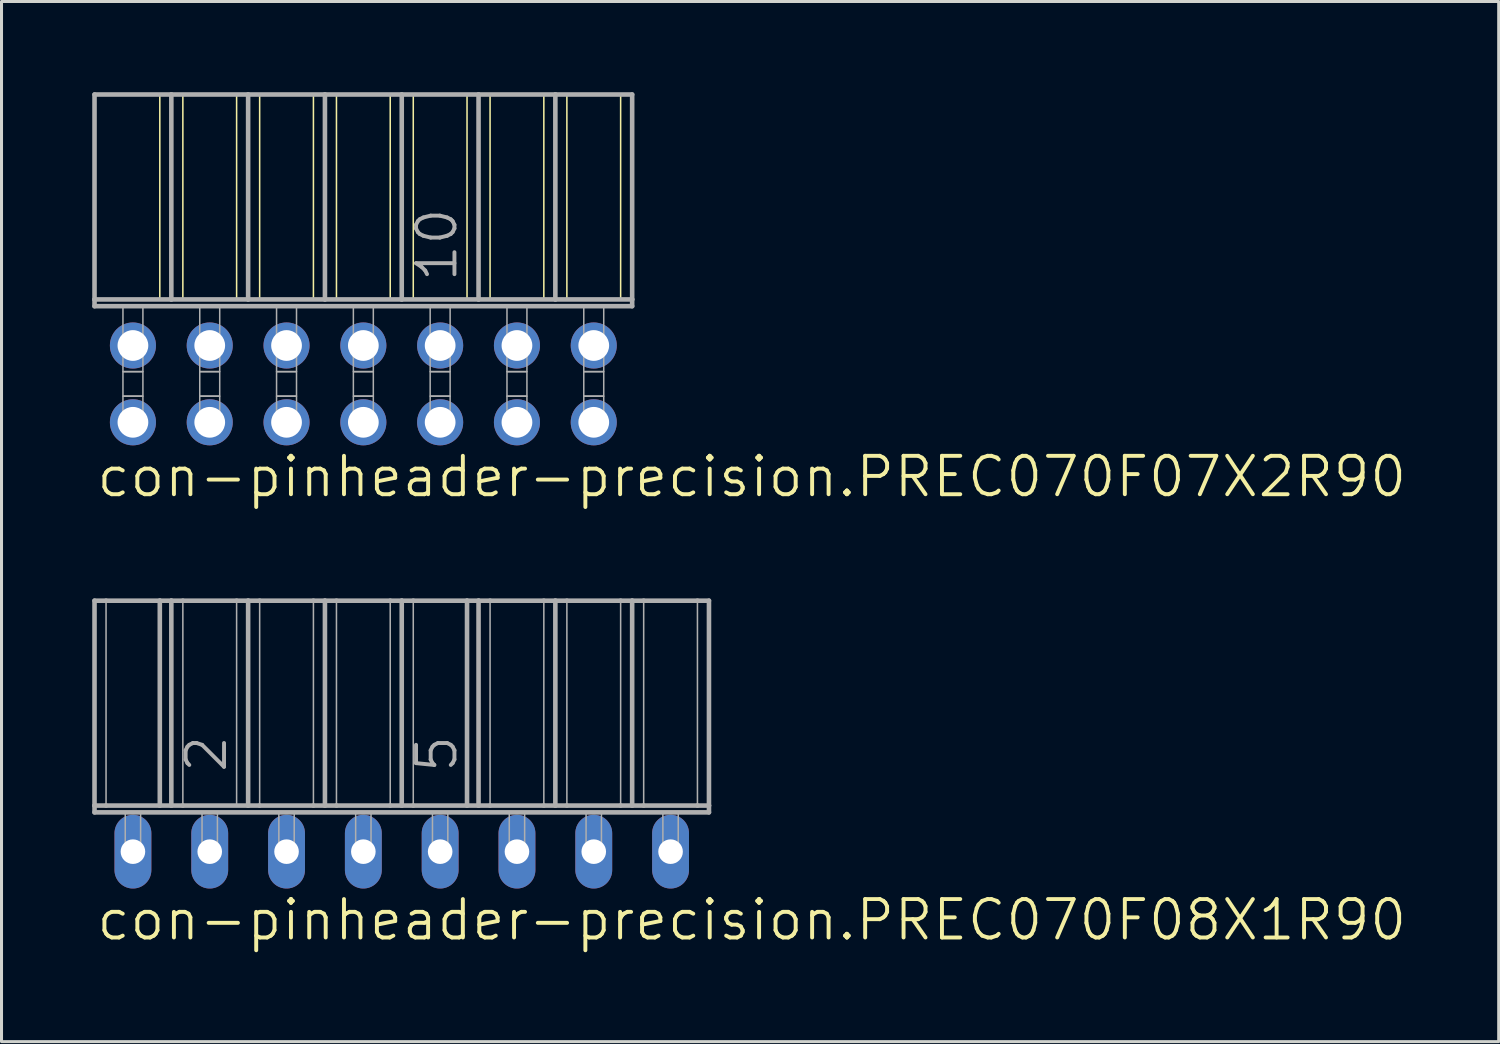
<source format=kicad_pcb>
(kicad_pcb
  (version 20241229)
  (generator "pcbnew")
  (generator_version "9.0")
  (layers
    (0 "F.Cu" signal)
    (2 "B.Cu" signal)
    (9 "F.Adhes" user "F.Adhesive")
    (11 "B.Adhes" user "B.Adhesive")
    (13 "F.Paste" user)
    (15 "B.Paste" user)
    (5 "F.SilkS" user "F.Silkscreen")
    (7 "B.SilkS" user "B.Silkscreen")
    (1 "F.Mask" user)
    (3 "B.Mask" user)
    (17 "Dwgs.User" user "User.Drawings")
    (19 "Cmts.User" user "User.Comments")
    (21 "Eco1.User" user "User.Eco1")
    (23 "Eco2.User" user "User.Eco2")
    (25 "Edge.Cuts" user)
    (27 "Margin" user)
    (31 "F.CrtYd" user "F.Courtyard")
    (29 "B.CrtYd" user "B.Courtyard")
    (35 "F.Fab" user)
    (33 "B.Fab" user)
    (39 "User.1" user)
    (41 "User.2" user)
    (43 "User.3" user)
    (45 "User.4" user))
  (footprint "con-pinheader-precision.PREC070F07X2R90"
    (layer "F.Cu")
    (at 8.966 9.646)
    (property "Reference" "con-pinheader-precision.PREC070F07X2R90" (at -8.89 3.81 0) (layer "F.SilkS") (effects (font (size 1.27 1.27) (thickness 0.13)) (justify left bottom)))
    (attr through_hole)
    (fp_line (start -6.731 -9.57) (end -6.731 -2.794) (stroke (width 0.051) (type default)) (layer "F.SilkS"))
    (fp_line (start -5.969 -9.57) (end -5.969 -2.794) (stroke (width 0.051) (type default)) (layer "F.SilkS"))
    (fp_line (start -4.191 -9.57) (end -4.191 -2.794) (stroke (width 0.051) (type default)) (layer "F.SilkS"))
    (fp_line (start -3.429 -9.57) (end -3.429 -2.794) (stroke (width 0.051) (type default)) (layer "F.SilkS"))
    (fp_line (start -1.651 -9.57) (end -1.651 -2.794) (stroke (width 0.051) (type default)) (layer "F.SilkS"))
    (fp_line (start -0.889 -9.57) (end -0.889 -2.794) (stroke (width 0.051) (type default)) (layer "F.SilkS"))
    (fp_line (start 0.889 -9.57) (end 0.889 -2.794) (stroke (width 0.051) (type default)) (layer "F.SilkS"))
    (fp_line (start 1.651 -9.57) (end 1.651 -2.794) (stroke (width 0.051) (type default)) (layer "F.SilkS"))
    (fp_line (start 3.429 -9.57) (end 3.429 -2.794) (stroke (width 0.051) (type default)) (layer "F.SilkS"))
    (fp_line (start 4.191 -9.57) (end 4.191 -2.794) (stroke (width 0.051) (type default)) (layer "F.SilkS"))
    (fp_line (start 5.969 -9.57) (end 5.969 -2.794) (stroke (width 0.051) (type default)) (layer "F.SilkS"))
    (fp_line (start 6.731 -9.57) (end 6.731 -2.794) (stroke (width 0.051) (type default)) (layer "F.SilkS"))
    (fp_line (start 8.509 -9.57) (end 8.509 -2.794) (stroke (width 0.051) (type default)) (layer "F.SilkS"))
    (fp_line (start -8.89 -9.57) (end -6.35 -9.57) (stroke (width 0.152) (type default)) (layer "F.Fab"))
    (fp_line (start -8.89 -2.794) (end -8.89 -9.57) (stroke (width 0.152) (type default)) (layer "F.Fab"))
    (fp_line (start -8.89 -2.57) (end -8.89 -2.794) (stroke (width 0.152) (type default)) (layer "F.Fab"))
    (fp_line (start -8.89 -2.57) (end 8.89 -2.57) (stroke (width 0.152) (type default)) (layer "F.Fab"))
    (fp_line (start -6.35 -9.57) (end -3.81 -9.57) (stroke (width 0.152) (type default)) (layer "F.Fab"))
    (fp_line (start -6.35 -2.794) (end -8.89 -2.794) (stroke (width 0.152) (type default)) (layer "F.Fab"))
    (fp_line (start -6.35 -2.794) (end -6.35 -9.57) (stroke (width 0.152) (type default)) (layer "F.Fab"))
    (fp_line (start -6.35 -2.794) (end -3.81 -2.794) (stroke (width 0.152) (type default)) (layer "F.Fab"))
    (fp_line (start -3.81 -9.57) (end -1.27 -9.57) (stroke (width 0.152) (type default)) (layer "F.Fab"))
    (fp_line (start -3.81 -2.794) (end -3.81 -9.57) (stroke (width 0.152) (type default)) (layer "F.Fab"))
    (fp_line (start -1.27 -9.57) (end 1.27 -9.57) (stroke (width 0.152) (type default)) (layer "F.Fab"))
    (fp_line (start -1.27 -2.794) (end -3.81 -2.794) (stroke (width 0.152) (type default)) (layer "F.Fab"))
    (fp_line (start -1.27 -2.794) (end -1.27 -9.57) (stroke (width 0.152) (type default)) (layer "F.Fab"))
    (fp_line (start 1.27 -9.57) (end 3.81 -9.57) (stroke (width 0.152) (type default)) (layer "F.Fab"))
    (fp_line (start 1.27 -2.794) (end -1.27 -2.794) (stroke (width 0.152) (type default)) (layer "F.Fab"))
    (fp_line (start 1.27 -2.794) (end 1.27 -9.57) (stroke (width 0.152) (type default)) (layer "F.Fab"))
    (fp_line (start 3.81 -9.57) (end 6.35 -9.57) (stroke (width 0.152) (type default)) (layer "F.Fab"))
    (fp_line (start 3.81 -2.794) (end 1.27 -2.794) (stroke (width 0.152) (type default)) (layer "F.Fab"))
    (fp_line (start 3.81 -2.794) (end 3.81 -9.57) (stroke (width 0.152) (type default)) (layer "F.Fab"))
    (fp_line (start 6.35 -9.57) (end 8.89 -9.57) (stroke (width 0.152) (type default)) (layer "F.Fab"))
    (fp_line (start 6.35 -2.794) (end 3.81 -2.794) (stroke (width 0.152) (type default)) (layer "F.Fab"))
    (fp_line (start 6.35 -2.794) (end 6.35 -9.57) (stroke (width 0.152) (type default)) (layer "F.Fab"))
    (fp_line (start 6.35 -2.794) (end 8.89 -2.794) (stroke (width 0.152) (type default)) (layer "F.Fab"))
    (fp_line (start 8.89 -2.794) (end 8.89 -9.57) (stroke (width 0.152) (type default)) (layer "F.Fab"))
    (fp_line (start 8.89 -2.57) (end 8.89 -2.794) (stroke (width 0.152) (type default)) (layer "F.Fab"))
    (fp_rect (start -7.95 -0.406) (end -7.29 -2.57) (stroke (width 0.05) (type default)) (fill no) (layer "F.Fab"))
    (fp_rect (start -7.95 0.406) (end -7.29 -0.406) (stroke (width 0.05) (type default)) (fill no) (layer "F.Fab"))
    (fp_rect (start -7.95 1.575) (end -7.29 0.406) (stroke (width 0.05) (type default)) (fill no) (layer "F.Fab"))
    (fp_rect (start -5.41 -0.406) (end -4.75 -2.57) (stroke (width 0.05) (type default)) (fill no) (layer "F.Fab"))
    (fp_rect (start -5.41 0.406) (end -4.75 -0.406) (stroke (width 0.05) (type default)) (fill no) (layer "F.Fab"))
    (fp_rect (start -5.41 1.575) (end -4.75 0.406) (stroke (width 0.05) (type default)) (fill no) (layer "F.Fab"))
    (fp_rect (start -2.87 -0.406) (end -2.21 -2.57) (stroke (width 0.05) (type default)) (fill no) (layer "F.Fab"))
    (fp_rect (start -2.87 0.406) (end -2.21 -0.406) (stroke (width 0.05) (type default)) (fill no) (layer "F.Fab"))
    (fp_rect (start -2.87 1.575) (end -2.21 0.406) (stroke (width 0.05) (type default)) (fill no) (layer "F.Fab"))
    (fp_rect (start -0.33 -0.406) (end 0.33 -2.57) (stroke (width 0.05) (type default)) (fill no) (layer "F.Fab"))
    (fp_rect (start -0.33 0.406) (end 0.33 -0.406) (stroke (width 0.05) (type default)) (fill no) (layer "F.Fab"))
    (fp_rect (start -0.33 1.575) (end 0.33 0.406) (stroke (width 0.05) (type default)) (fill no) (layer "F.Fab"))
    (fp_rect (start 2.21 -0.406) (end 2.87 -2.57) (stroke (width 0.05) (type default)) (fill no) (layer "F.Fab"))
    (fp_rect (start 2.21 0.406) (end 2.87 -0.406) (stroke (width 0.05) (type default)) (fill no) (layer "F.Fab"))
    (fp_rect (start 2.21 1.575) (end 2.87 0.406) (stroke (width 0.05) (type default)) (fill no) (layer "F.Fab"))
    (fp_rect (start 4.75 -0.406) (end 5.41 -2.57) (stroke (width 0.05) (type default)) (fill no) (layer "F.Fab"))
    (fp_rect (start 4.75 0.406) (end 5.41 -0.406) (stroke (width 0.05) (type default)) (fill no) (layer "F.Fab"))
    (fp_rect (start 4.75 1.575) (end 5.41 0.406) (stroke (width 0.05) (type default)) (fill no) (layer "F.Fab"))
    (fp_rect (start 7.29 -0.406) (end 7.95 -2.57) (stroke (width 0.05) (type default)) (fill no) (layer "F.Fab"))
    (fp_rect (start 7.29 0.406) (end 7.95 -0.406) (stroke (width 0.05) (type default)) (fill no) (layer "F.Fab"))
    (fp_rect (start 7.29 1.575) (end 7.95 0.406) (stroke (width 0.05) (type default)) (fill no) (layer "F.Fab"))
    (fp_text user "10" (at 3.175 -3.302 90) (layer "F.Fab") (effects (font (size 1.27 1.27) (thickness 0.13)) (justify left bottom)))
    (pad "1" thru_hole circle (at -7.62 -1.27 180) (size 1.524 1.524) (drill 1.016) (layers "*.Cu" "*.Mask"))
    (pad "2" thru_hole circle (at -7.62 1.27 180) (size 1.524 1.524) (drill 1.016) (layers "*.Cu" "*.Mask"))
    (pad "3" thru_hole circle (at -5.08 -1.27 180) (size 1.524 1.524) (drill 1.016) (layers "*.Cu" "*.Mask"))
    (pad "4" thru_hole circle (at -5.08 1.27 180) (size 1.524 1.524) (drill 1.016) (layers "*.Cu" "*.Mask"))
    (pad "5" thru_hole circle (at -2.54 -1.27 180) (size 1.524 1.524) (drill 1.016) (layers "*.Cu" "*.Mask"))
    (pad "6" thru_hole circle (at -2.54 1.27 180) (size 1.524 1.524) (drill 1.016) (layers "*.Cu" "*.Mask"))
    (pad "7" thru_hole circle (at 0 -1.27 180) (size 1.524 1.524) (drill 1.016) (layers "*.Cu" "*.Mask"))
    (pad "8" thru_hole circle (at 0 1.27 180) (size 1.524 1.524) (drill 1.016) (layers "*.Cu" "*.Mask"))
    (pad "9" thru_hole circle (at 2.54 -1.27 180) (size 1.524 1.524) (drill 1.016) (layers "*.Cu" "*.Mask"))
    (pad "10" thru_hole circle (at 2.54 1.27 180) (size 1.524 1.524) (drill 1.016) (layers "*.Cu" "*.Mask"))
    (pad "11" thru_hole circle (at 5.08 -1.27 180) (size 1.524 1.524) (drill 1.016) (layers "*.Cu" "*.Mask"))
    (pad "12" thru_hole circle (at 5.08 1.27 180) (size 1.524 1.524) (drill 1.016) (layers "*.Cu" "*.Mask"))
    (pad "13" thru_hole circle (at 7.62 -1.27 180) (size 1.524 1.524) (drill 1.016) (layers "*.Cu" "*.Mask"))
    (pad "14" thru_hole circle (at 7.62 1.27 180) (size 1.524 1.524) (drill 1.016) (layers "*.Cu" "*.Mask")))
  (footprint "con-pinheader-precision.PREC070F08X1R90"
    (layer "F.Cu")
    (at 10.236 25.115)
    (property "Reference" "con-pinheader-precision.PREC070F08X1R90" (at -10.16 3 0) (layer "F.SilkS") (effects (font (size 1.27 1.27) (thickness 0.13)) (justify left bottom)))
    (attr through_hole)
    (fp_line (start -10.16 -8.3) (end -10.16 -1.524) (stroke (width 0.152) (type default)) (layer "F.Fab"))
    (fp_line (start -10.16 -8.3) (end -9.779 -8.3) (stroke (width 0.152) (type default)) (layer "F.Fab"))
    (fp_line (start -10.16 -1.524) (end -9.779 -1.524) (stroke (width 0.152) (type default)) (layer "F.Fab"))
    (fp_line (start -10.16 -1.3) (end -10.16 -1.524) (stroke (width 0.152) (type default)) (layer "F.Fab"))
    (fp_line (start -10.16 -1.3) (end 10.16 -1.3) (stroke (width 0.152) (type default)) (layer "F.Fab"))
    (fp_line (start -9.779 -8.3) (end -9.779 -1.524) (stroke (width 0.051) (type default)) (layer "F.Fab"))
    (fp_line (start -9.779 -8.3) (end -8.001 -8.3) (stroke (width 0.152) (type default)) (layer "F.Fab"))
    (fp_line (start -9.779 -1.524) (end -8.001 -1.524) (stroke (width 0.152) (type default)) (layer "F.Fab"))
    (fp_line (start -8.001 -8.3) (end -8.001 -1.524) (stroke (width 0.152) (type default)) (layer "F.Fab"))
    (fp_line (start -8.001 -8.3) (end -7.62 -8.3) (stroke (width 0.152) (type default)) (layer "F.Fab"))
    (fp_line (start -8.001 -1.524) (end -7.62 -1.524) (stroke (width 0.152) (type default)) (layer "F.Fab"))
    (fp_line (start -7.62 -8.3) (end -7.62 -1.524) (stroke (width 0.152) (type default)) (layer "F.Fab"))
    (fp_line (start -7.62 -8.3) (end -7.239 -8.3) (stroke (width 0.152) (type default)) (layer "F.Fab"))
    (fp_line (start -7.62 -1.524) (end -7.239 -1.524) (stroke (width 0.152) (type default)) (layer "F.Fab"))
    (fp_line (start -7.239 -8.3) (end -7.239 -1.524) (stroke (width 0.051) (type default)) (layer "F.Fab"))
    (fp_line (start -7.239 -8.3) (end -5.461 -8.3) (stroke (width 0.152) (type default)) (layer "F.Fab"))
    (fp_line (start -7.239 -1.524) (end -5.08 -1.524) (stroke (width 0.152) (type default)) (layer "F.Fab"))
    (fp_line (start -5.461 -8.3) (end -5.461 -1.524) (stroke (width 0.051) (type default)) (layer "F.Fab"))
    (fp_line (start -5.461 -8.3) (end -5.08 -8.3) (stroke (width 0.152) (type default)) (layer "F.Fab"))
    (fp_line (start -5.08 -8.3) (end -5.08 -1.524) (stroke (width 0.152) (type default)) (layer "F.Fab"))
    (fp_line (start -5.08 -8.3) (end -4.699 -8.3) (stroke (width 0.152) (type default)) (layer "F.Fab"))
    (fp_line (start -5.08 -1.524) (end -4.699 -1.524) (stroke (width 0.152) (type default)) (layer "F.Fab"))
    (fp_line (start -4.699 -8.3) (end -4.699 -1.524) (stroke (width 0.051) (type default)) (layer "F.Fab"))
    (fp_line (start -4.699 -8.3) (end -2.921 -8.3) (stroke (width 0.152) (type default)) (layer "F.Fab"))
    (fp_line (start -4.699 -1.524) (end -2.921 -1.524) (stroke (width 0.152) (type default)) (layer "F.Fab"))
    (fp_line (start -2.921 -8.3) (end -2.921 -1.524) (stroke (width 0.051) (type default)) (layer "F.Fab"))
    (fp_line (start -2.921 -8.3) (end -2.54 -8.3) (stroke (width 0.152) (type default)) (layer "F.Fab"))
    (fp_line (start -2.921 -1.524) (end -2.54 -1.524) (stroke (width 0.152) (type default)) (layer "F.Fab"))
    (fp_line (start -2.54 -8.3) (end -2.159 -8.3) (stroke (width 0.152) (type default)) (layer "F.Fab"))
    (fp_line (start -2.54 -1.524) (end -2.54 -8.3) (stroke (width 0.152) (type default)) (layer "F.Fab"))
    (fp_line (start -2.54 -1.524) (end -2.159 -1.524) (stroke (width 0.152) (type default)) (layer "F.Fab"))
    (fp_line (start -2.159 -8.3) (end -2.159 -1.524) (stroke (width 0.051) (type default)) (layer "F.Fab"))
    (fp_line (start -2.159 -8.3) (end -0.381 -8.3) (stroke (width 0.152) (type default)) (layer "F.Fab"))
    (fp_line (start -2.159 -1.524) (end -0.381 -1.524) (stroke (width 0.152) (type default)) (layer "F.Fab"))
    (fp_line (start -0.381 -8.3) (end -0.381 -1.524) (stroke (width 0.051) (type default)) (layer "F.Fab"))
    (fp_line (start -0.381 -8.3) (end 0 -8.3) (stroke (width 0.152) (type default)) (layer "F.Fab"))
    (fp_line (start -0.381 -1.524) (end 0 -1.524) (stroke (width 0.152) (type default)) (layer "F.Fab"))
    (fp_line (start 0 -8.3) (end 0 -1.524) (stroke (width 0.152) (type default)) (layer "F.Fab"))
    (fp_line (start 0 -8.3) (end 0.381 -8.3) (stroke (width 0.152) (type default)) (layer "F.Fab"))
    (fp_line (start 0 -1.524) (end 0.381 -1.524) (stroke (width 0.152) (type default)) (layer "F.Fab"))
    (fp_line (start 0.381 -8.3) (end 0.381 -1.524) (stroke (width 0.051) (type default)) (layer "F.Fab"))
    (fp_line (start 0.381 -8.3) (end 2.159 -8.3) (stroke (width 0.152) (type default)) (layer "F.Fab"))
    (fp_line (start 0.381 -1.524) (end 2.159 -1.524) (stroke (width 0.152) (type default)) (layer "F.Fab"))
    (fp_line (start 2.159 -8.3) (end 2.159 -1.524) (stroke (width 0.152) (type default)) (layer "F.Fab"))
    (fp_line (start 2.159 -8.3) (end 2.54 -8.3) (stroke (width 0.152) (type default)) (layer "F.Fab"))
    (fp_line (start 2.159 -1.524) (end 2.54 -1.524) (stroke (width 0.152) (type default)) (layer "F.Fab"))
    (fp_line (start 2.54 -8.3) (end 2.54 -1.524) (stroke (width 0.152) (type default)) (layer "F.Fab"))
    (fp_line (start 2.54 -8.3) (end 2.921 -8.3) (stroke (width 0.152) (type default)) (layer "F.Fab"))
    (fp_line (start 2.54 -1.524) (end 2.921 -1.524) (stroke (width 0.152) (type default)) (layer "F.Fab"))
    (fp_line (start 2.921 -8.3) (end 2.921 -1.524) (stroke (width 0.051) (type default)) (layer "F.Fab"))
    (fp_line (start 2.921 -8.3) (end 4.699 -8.3) (stroke (width 0.152) (type default)) (layer "F.Fab"))
    (fp_line (start 2.921 -1.524) (end 4.699 -1.524) (stroke (width 0.152) (type default)) (layer "F.Fab"))
    (fp_line (start 4.699 -8.3) (end 4.699 -1.524) (stroke (width 0.051) (type default)) (layer "F.Fab"))
    (fp_line (start 4.699 -8.3) (end 5.08 -8.3) (stroke (width 0.152) (type default)) (layer "F.Fab"))
    (fp_line (start 4.699 -1.524) (end 5.08 -1.524) (stroke (width 0.152) (type default)) (layer "F.Fab"))
    (fp_line (start 5.08 -8.3) (end 5.08 -1.524) (stroke (width 0.152) (type default)) (layer "F.Fab"))
    (fp_line (start 5.08 -8.3) (end 5.461 -8.3) (stroke (width 0.152) (type default)) (layer "F.Fab"))
    (fp_line (start 5.08 -1.524) (end 5.461 -1.524) (stroke (width 0.152) (type default)) (layer "F.Fab"))
    (fp_line (start 5.461 -8.3) (end 5.461 -1.524) (stroke (width 0.051) (type default)) (layer "F.Fab"))
    (fp_line (start 5.461 -8.3) (end 7.239 -8.3) (stroke (width 0.152) (type default)) (layer "F.Fab"))
    (fp_line (start 5.461 -1.524) (end 7.239 -1.524) (stroke (width 0.152) (type default)) (layer "F.Fab"))
    (fp_line (start 7.239 -8.3) (end 7.239 -1.524) (stroke (width 0.051) (type default)) (layer "F.Fab"))
    (fp_line (start 7.239 -8.3) (end 7.62 -8.3) (stroke (width 0.152) (type default)) (layer "F.Fab"))
    (fp_line (start 7.239 -1.524) (end 7.62 -1.524) (stroke (width 0.152) (type default)) (layer "F.Fab"))
    (fp_line (start 7.62 -8.3) (end 7.62 -1.524) (stroke (width 0.152) (type default)) (layer "F.Fab"))
    (fp_line (start 7.62 -8.3) (end 8.001 -8.3) (stroke (width 0.152) (type default)) (layer "F.Fab"))
    (fp_line (start 7.62 -1.524) (end 8.001 -1.524) (stroke (width 0.152) (type default)) (layer "F.Fab"))
    (fp_line (start 8.001 -8.3) (end 8.001 -1.524) (stroke (width 0.051) (type default)) (layer "F.Fab"))
    (fp_line (start 8.001 -8.3) (end 9.779 -8.3) (stroke (width 0.152) (type default)) (layer "F.Fab"))
    (fp_line (start 8.001 -1.524) (end 9.779 -1.524) (stroke (width 0.152) (type default)) (layer "F.Fab"))
    (fp_line (start 9.779 -8.3) (end 9.779 -1.524) (stroke (width 0.051) (type default)) (layer "F.Fab"))
    (fp_line (start 9.779 -8.3) (end 10.16 -8.3) (stroke (width 0.152) (type default)) (layer "F.Fab"))
    (fp_line (start 9.779 -1.524) (end 10.16 -1.524) (stroke (width 0.152) (type default)) (layer "F.Fab"))
    (fp_line (start 10.16 -8.3) (end 10.16 -1.524) (stroke (width 0.152) (type default)) (layer "F.Fab"))
    (fp_line (start 10.16 -1.524) (end 10.16 -1.3) (stroke (width 0.152) (type default)) (layer "F.Fab"))
    (fp_rect (start -9.144 0) (end -8.636 -1.3) (stroke (width 0.05) (type default)) (fill no) (layer "F.Fab"))
    (fp_rect (start -6.604 0) (end -6.096 -1.3) (stroke (width 0.05) (type default)) (fill no) (layer "F.Fab"))
    (fp_rect (start -4.064 0) (end -3.556 -1.3) (stroke (width 0.05) (type default)) (fill no) (layer "F.Fab"))
    (fp_rect (start -1.524 0) (end -1.016 -1.3) (stroke (width 0.05) (type default)) (fill no) (layer "F.Fab"))
    (fp_rect (start 1.016 0) (end 1.524 -1.3) (stroke (width 0.05) (type default)) (fill no) (layer "F.Fab"))
    (fp_rect (start 3.556 0) (end 4.064 -1.3) (stroke (width 0.05) (type default)) (fill no) (layer "F.Fab"))
    (fp_rect (start 6.096 0) (end 6.604 -1.3) (stroke (width 0.05) (type default)) (fill no) (layer "F.Fab"))
    (fp_rect (start 8.636 0) (end 9.144 -1.3) (stroke (width 0.05) (type default)) (fill no) (layer "F.Fab"))
    (fp_text user "5" (at 1.905 -2.54 90) (layer "F.Fab") (effects (font (size 1.27 1.27) (thickness 0.13)) (justify left bottom)))
    (fp_text user "2" (at -5.715 -2.54 90) (layer "F.Fab") (effects (font (size 1.27 1.27) (thickness 0.13)) (justify left bottom)))
    (pad "1" thru_hole oval (at -8.89 0 90) (size 2.438 1.219) (drill 0.813) (layers "*.Cu" "*.Mask"))
    (pad "2" thru_hole oval (at -6.35 0 90) (size 2.438 1.219) (drill 0.813) (layers "*.Cu" "*.Mask"))
    (pad "3" thru_hole oval (at -3.81 0 90) (size 2.438 1.219) (drill 0.813) (layers "*.Cu" "*.Mask"))
    (pad "4" thru_hole oval (at -1.27 0 90) (size 2.438 1.219) (drill 0.813) (layers "*.Cu" "*.Mask"))
    (pad "5" thru_hole oval (at 1.27 0 90) (size 2.438 1.219) (drill 0.813) (layers "*.Cu" "*.Mask"))
    (pad "6" thru_hole oval (at 3.81 0 90) (size 2.438 1.219) (drill 0.813) (layers "*.Cu" "*.Mask"))
    (pad "7" thru_hole oval (at 6.35 0 90) (size 2.438 1.219) (drill 0.813) (layers "*.Cu" "*.Mask"))
    (pad "8" thru_hole oval (at 8.89 0 90) (size 2.438 1.219) (drill 0.813) (layers "*.Cu" "*.Mask")))
  (gr_rect
    (start -3 -3)
    (end 46.513 31.397)
    (stroke (width 0.1) (type default))
    (fill no)
    (layer "Edge.Cuts")))
</source>
